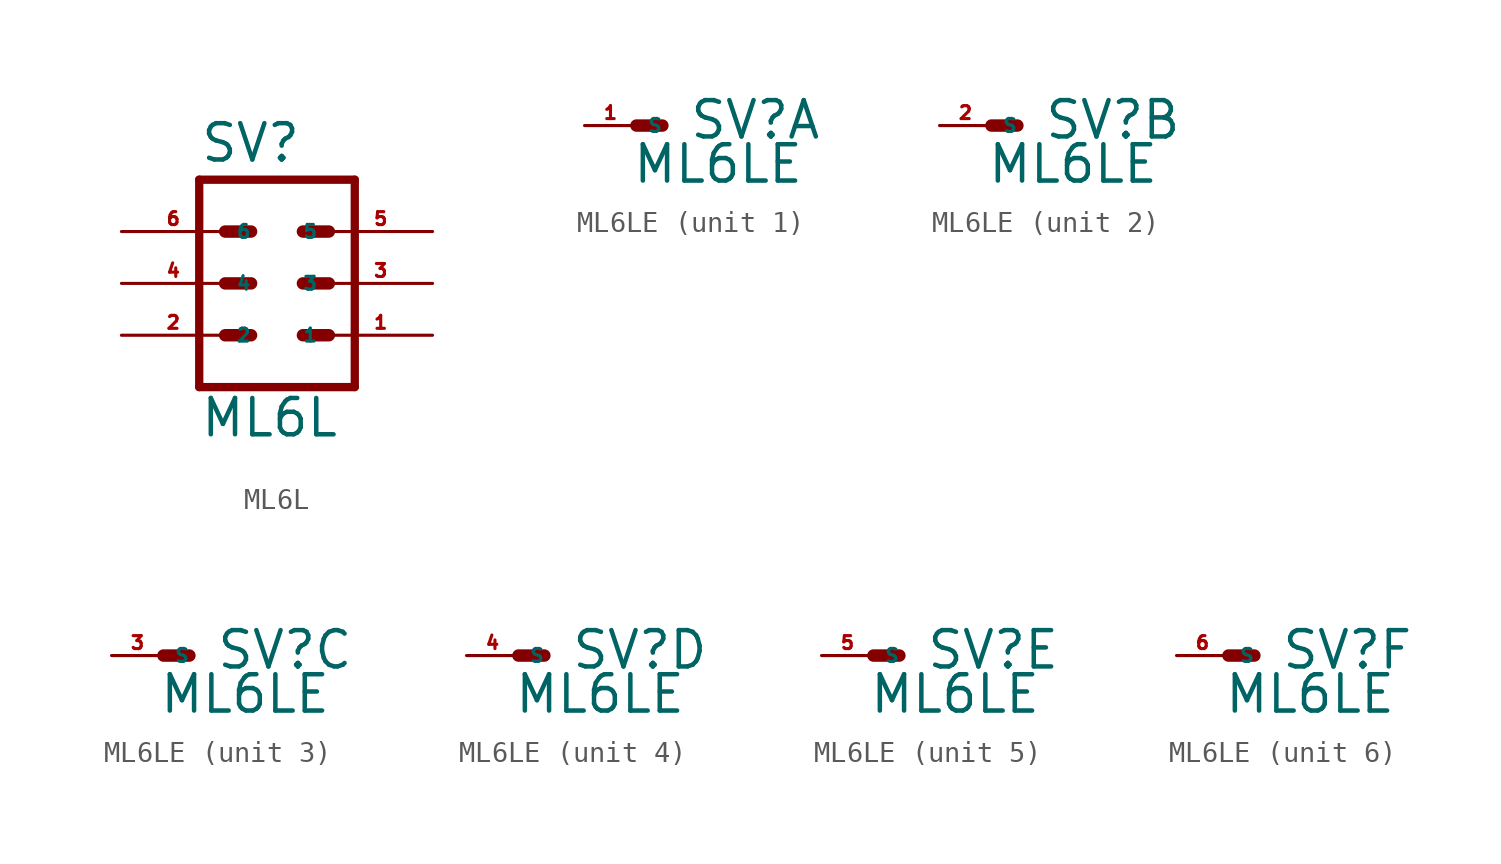
<source format=kicad_sym>
(kicad_symbol_lib
  (version 20220914)
  (generator Eagle2Kicad)
  (symbol "ML6L"
    (property "Reference" "SV"
      (at -3.81 5.842 0)
      (effects (font (size 1.778 1.778) (thickness 0.22)) (justify left bottom)))
    (property "Value" "ML6L"
      (at -3.81 -7.62 0)
      (effects (font (size 1.778 1.778) (thickness 0.22)) (justify left bottom)))
    (polyline
      (pts (xy 3.81 -5.08) (xy -3.81 -5.08))
      (stroke (width 0.406) (type default))
      (fill (type none)))
    (polyline
      (pts (xy -3.81 5.08) (xy -3.81 -5.08))
      (stroke (width 0.406) (type default))
      (fill (type none)))
    (polyline
      (pts (xy 3.81 -5.08) (xy 3.81 5.08))
      (stroke (width 0.406) (type default))
      (fill (type none)))
    (polyline
      (pts (xy -3.81 5.08) (xy 3.81 5.08))
      (stroke (width 0.406) (type default))
      (fill (type none)))
    (polyline
      (pts (xy 1.27 2.54) (xy 2.54 2.54))
      (stroke (width 0.61) (type default))
      (fill (type none)))
    (polyline
      (pts (xy 1.27 0) (xy 2.54 0))
      (stroke (width 0.61) (type default))
      (fill (type none)))
    (polyline
      (pts (xy 1.27 -2.54) (xy 2.54 -2.54))
      (stroke (width 0.61) (type default))
      (fill (type none)))
    (polyline
      (pts (xy -2.54 2.54) (xy -1.27 2.54))
      (stroke (width 0.61) (type default))
      (fill (type none)))
    (polyline
      (pts (xy -2.54 0) (xy -1.27 0))
      (stroke (width 0.61) (type default))
      (fill (type none)))
    (polyline
      (pts (xy -2.54 -2.54) (xy -1.27 -2.54))
      (stroke (width 0.61) (type default))
      (fill (type none)))
    (pin passive line
      (at 7.62 -2.54 180)
      (length 5.08)
      (name "1" (effects (font (size 0.635 0.635) (thickness 0.08)) (justify left bottom)))
      (number "1" (effects (font (size 0.635 0.635) (thickness 0.08)) (justify left bottom))))
    (pin passive line
      (at -7.62 -2.54 0)
      (length 5.08)
      (name "2" (effects (font (size 0.635 0.635) (thickness 0.08)) (justify left bottom)))
      (number "2" (effects (font (size 0.635 0.635) (thickness 0.08)) (justify left bottom))))
    (pin passive line
      (at 7.62 0 180)
      (length 5.08)
      (name "3" (effects (font (size 0.635 0.635) (thickness 0.08)) (justify left bottom)))
      (number "3" (effects (font (size 0.635 0.635) (thickness 0.08)) (justify left bottom))))
    (pin passive line
      (at -7.62 0 0)
      (length 5.08)
      (name "4" (effects (font (size 0.635 0.635) (thickness 0.08)) (justify left bottom)))
      (number "4" (effects (font (size 0.635 0.635) (thickness 0.08)) (justify left bottom))))
    (pin passive line
      (at 7.62 2.54 180)
      (length 5.08)
      (name "5" (effects (font (size 0.635 0.635) (thickness 0.08)) (justify left bottom)))
      (number "5" (effects (font (size 0.635 0.635) (thickness 0.08)) (justify left bottom))))
    (pin passive line
      (at -7.62 2.54 0)
      (length 5.08)
      (name "6" (effects (font (size 0.635 0.635) (thickness 0.08)) (justify left bottom)))
      (number "6" (effects (font (size 0.635 0.635) (thickness 0.08)) (justify left bottom)))))
  (symbol "ML6LE"
    (property "Reference" "SV"
      (at 2.54 -0.762 0)
      (effects (font (size 1.778 1.778) (thickness 0.22)) (justify left bottom)))
    (property "Value" "ML6LE"
      (at -0.254 -2.921 0)
      (effects (font (size 1.778 1.778) (thickness 0.22)) (justify left bottom)))
    (symbol "ML6LE_1_0"
      (polyline (pts (xy 1.27 0) (xy 0 0)) (stroke (width 0.61) (type default)) (fill (type none)))
      (pin passive line (at -2.54 0 0) (length 2.54) (name "S" (effects (font (size 0.635 0.635) (thickness 0.08)) (justify left bottom))) (number "1" (effects (font (size 0.635 0.635) (thickness 0.08)) (justify left bottom)))))
    (symbol "ML6LE_2_0"
      (polyline (pts (xy 1.27 0) (xy 0 0)) (stroke (width 0.61) (type default)) (fill (type none)))
      (pin passive line (at -2.54 0 0) (length 2.54) (name "S" (effects (font (size 0.635 0.635) (thickness 0.08)) (justify left bottom))) (number "2" (effects (font (size 0.635 0.635) (thickness 0.08)) (justify left bottom)))))
    (symbol "ML6LE_3_0"
      (polyline (pts (xy 1.27 0) (xy 0 0)) (stroke (width 0.61) (type default)) (fill (type none)))
      (pin passive line (at -2.54 0 0) (length 2.54) (name "S" (effects (font (size 0.635 0.635) (thickness 0.08)) (justify left bottom))) (number "3" (effects (font (size 0.635 0.635) (thickness 0.08)) (justify left bottom)))))
    (symbol "ML6LE_4_0"
      (polyline (pts (xy 1.27 0) (xy 0 0)) (stroke (width 0.61) (type default)) (fill (type none)))
      (pin passive line (at -2.54 0 0) (length 2.54) (name "S" (effects (font (size 0.635 0.635) (thickness 0.08)) (justify left bottom))) (number "4" (effects (font (size 0.635 0.635) (thickness 0.08)) (justify left bottom)))))
    (symbol "ML6LE_5_0"
      (polyline (pts (xy 1.27 0) (xy 0 0)) (stroke (width 0.61) (type default)) (fill (type none)))
      (pin passive line (at -2.54 0 0) (length 2.54) (name "S" (effects (font (size 0.635 0.635) (thickness 0.08)) (justify left bottom))) (number "5" (effects (font (size 0.635 0.635) (thickness 0.08)) (justify left bottom)))))
    (symbol "ML6LE_6_0"
      (polyline (pts (xy 1.27 0) (xy 0 0)) (stroke (width 0.61) (type default)) (fill (type none)))
      (pin passive line (at -2.54 0 0) (length 2.54) (name "S" (effects (font (size 0.635 0.635) (thickness 0.08)) (justify left bottom))) (number "6" (effects (font (size 0.635 0.635) (thickness 0.08)) (justify left bottom)))))))
</source>
